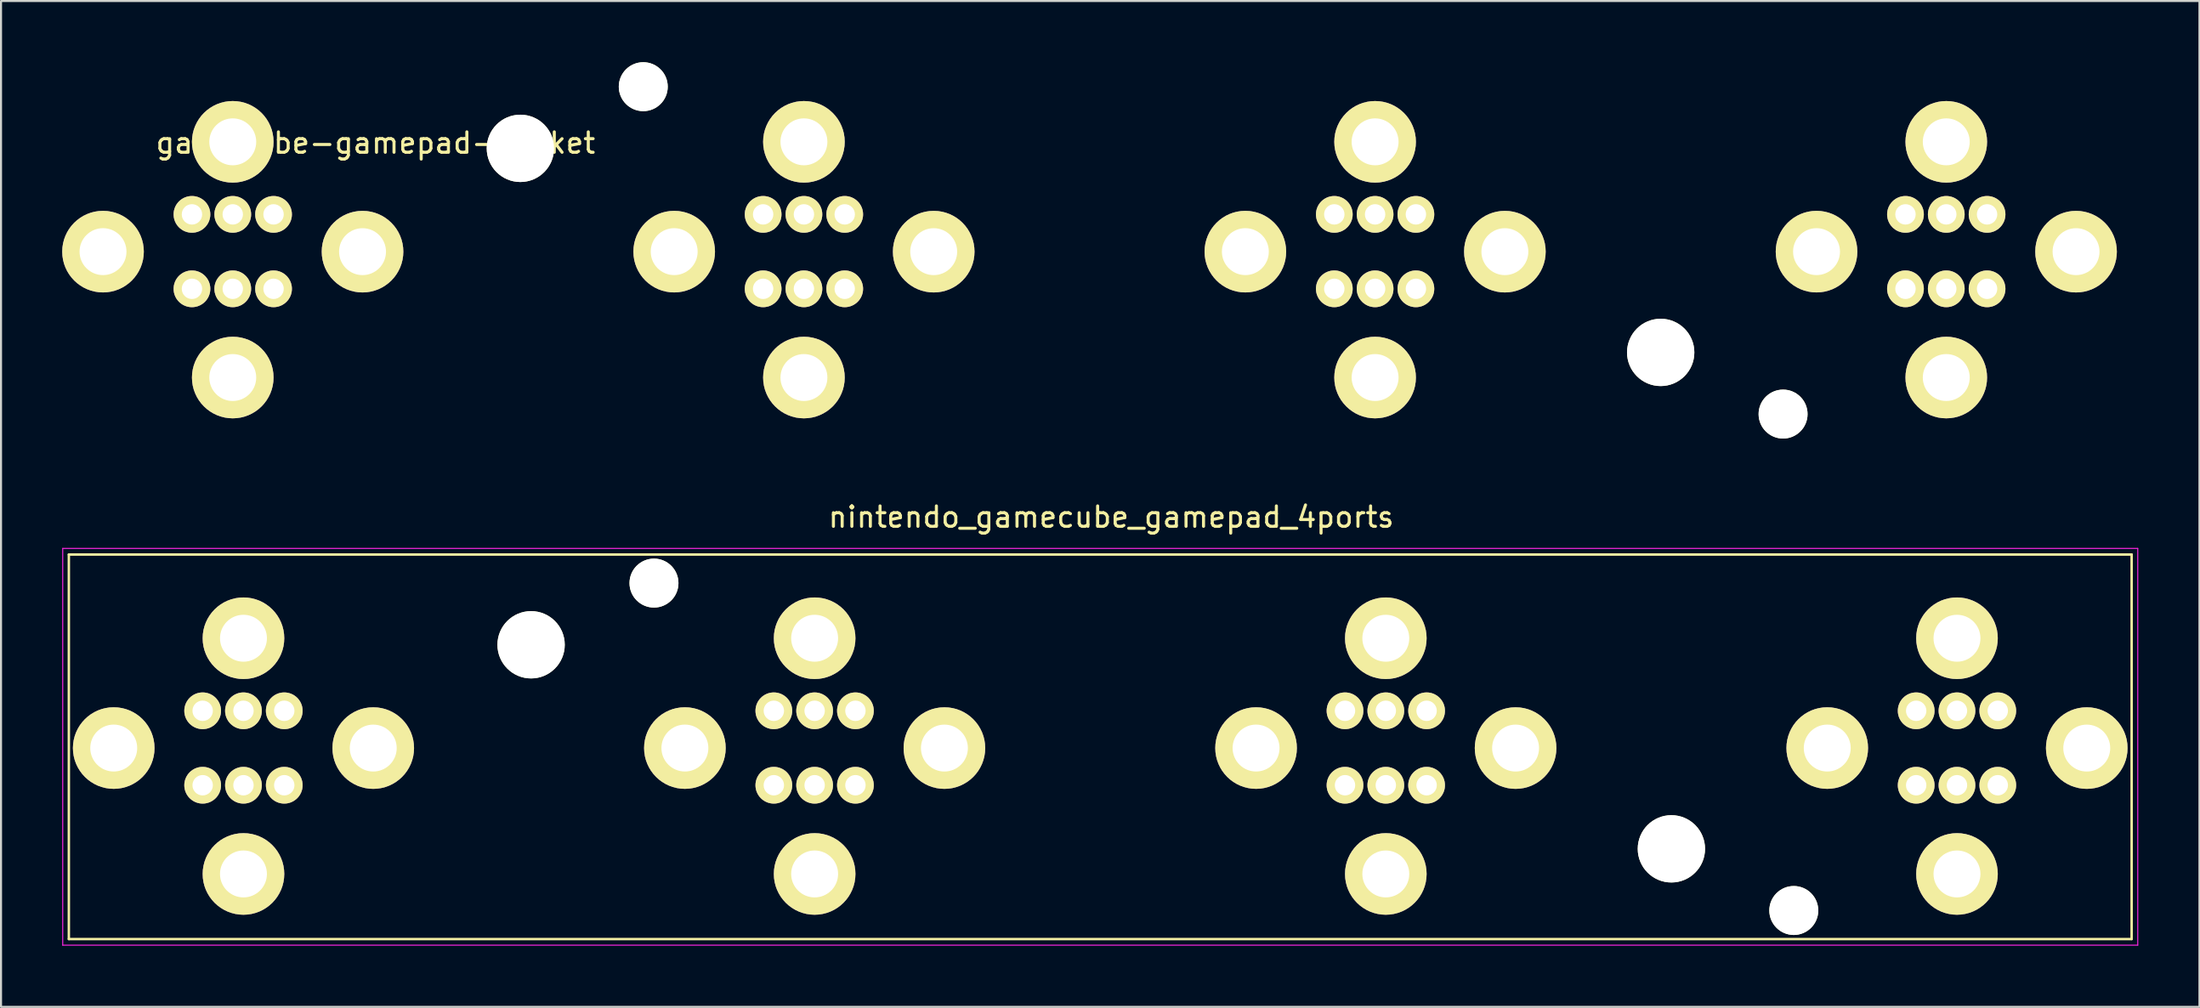
<source format=kicad_pcb>
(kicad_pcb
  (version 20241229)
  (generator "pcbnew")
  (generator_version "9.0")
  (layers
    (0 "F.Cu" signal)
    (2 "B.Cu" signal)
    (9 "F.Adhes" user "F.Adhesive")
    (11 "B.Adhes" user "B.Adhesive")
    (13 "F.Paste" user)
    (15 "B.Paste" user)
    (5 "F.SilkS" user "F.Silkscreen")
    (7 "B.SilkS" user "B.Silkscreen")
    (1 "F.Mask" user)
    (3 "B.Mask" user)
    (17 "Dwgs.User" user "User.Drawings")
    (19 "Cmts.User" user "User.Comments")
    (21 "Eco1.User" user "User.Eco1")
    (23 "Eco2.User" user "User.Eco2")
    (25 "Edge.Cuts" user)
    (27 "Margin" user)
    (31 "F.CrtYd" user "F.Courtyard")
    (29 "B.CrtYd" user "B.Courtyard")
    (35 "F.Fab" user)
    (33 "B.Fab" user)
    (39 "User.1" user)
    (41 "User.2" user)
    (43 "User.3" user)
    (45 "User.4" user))
  (footprint "nintendo_gamecube_gamepad_4ports"
    (layer "F.Cu")
    (at 6.885 31.801)
    (property "Reference" "nintendo_gamecube_gamepad_4ports" (at 44.54 -9.5 0) (layer "F.SilkS") (effects (font (size 1 1) (thickness 0.15))))
    (attr through_hole)
    (fp_line (start -6.56 -7.661) (end 94.562 -7.661) (stroke (width 0.12) (type solid)) (layer "F.SilkS"))
    (fp_line (start -6.56 11.192) (end -6.56 -7.661) (stroke (width 0.12) (type solid)) (layer "F.SilkS"))
    (fp_line (start 94.562 -7.661) (end 94.562 11.192) (stroke (width 0.12) (type solid)) (layer "F.SilkS"))
    (fp_line (start 94.562 11.192) (end -6.56 11.192) (stroke (width 0.12) (type solid)) (layer "F.SilkS"))
    (fp_line (start -6.86 -7.961) (end 94.862 -7.961) (stroke (width 0.05) (type solid)) (layer "F.CrtYd"))
    (fp_line (start -6.86 11.492) (end -6.86 -7.961) (stroke (width 0.05) (type solid)) (layer "F.CrtYd"))
    (fp_line (start 94.862 -7.961) (end 94.862 11.492) (stroke (width 0.05) (type solid)) (layer "F.CrtYd"))
    (fp_line (start 94.862 11.492) (end -6.86 11.492) (stroke (width 0.05) (type solid)) (layer "F.CrtYd"))
    (pad "" np_thru_hole circle (at 16.1 -3.237) (size 3.3 3.3) (drill 3.3) (layers "*.Cu" "*.Mask" "F.SilkS"))
    (pad "" np_thru_hole circle (at 22.124 -6.261) (size 2.4 2.4) (drill 2.4) (layers "*.Cu" "*.Mask" "F.SilkS"))
    (pad "" np_thru_hole circle (at 72 6.768) (size 3.3 3.3) (drill 3.3) (layers "*.Cu" "*.Mask" "F.SilkS"))
    (pad "" np_thru_hole circle (at 78 9.792) (size 2.4 2.4) (drill 2.4) (layers "*.Cu" "*.Mask" "F.SilkS"))
    (pad "1" thru_hole circle (at 0 0) (size 1.8 1.8) (drill 1) (layers "*.Cu" "*.Mask" "F.SilkS"))
    (pad "2" thru_hole circle (at 2 0) (size 1.8 1.8) (drill 1) (layers "*.Cu" "*.Mask" "F.SilkS"))
    (pad "3" thru_hole circle (at 4 0) (size 1.8 1.8) (drill 1) (layers "*.Cu" "*.Mask" "F.SilkS"))
    (pad "4" thru_hole circle (at 4 3.65) (size 1.8 1.8) (drill 1) (layers "*.Cu" "*.Mask" "F.SilkS"))
    (pad "5" thru_hole circle (at 2 3.65) (size 1.8 1.8) (drill 1) (layers "*.Cu" "*.Mask" "F.SilkS"))
    (pad "6" thru_hole circle (at 0 3.65) (size 1.8 1.8) (drill 1) (layers "*.Cu" "*.Mask" "F.SilkS"))
    (pad "7" thru_hole circle (at -4.36 1.827) (size 4 4) (drill 2.3) (layers "*.Cu" "*.Mask" "F.SilkS"))
    (pad "7" thru_hole circle (at 2 -3.557) (size 4 4) (drill 2.3) (layers "*.Cu" "*.Mask" "F.SilkS"))
    (pad "7" thru_hole circle (at 2 8) (size 4 4) (drill 2.3) (layers "*.Cu" "*.Mask" "F.SilkS"))
    (pad "7" thru_hole circle (at 8.362 1.828) (size 4 4) (drill 2.3) (layers "*.Cu" "*.Mask" "F.SilkS"))
    (pad "8" thru_hole circle (at 28 0) (size 1.8 1.8) (drill 1) (layers "*.Cu" "*.Mask" "F.SilkS"))
    (pad "9" thru_hole circle (at 30 0) (size 1.8 1.8) (drill 1) (layers "*.Cu" "*.Mask" "F.SilkS"))
    (pad "10" thru_hole circle (at 32 0) (size 1.8 1.8) (drill 1) (layers "*.Cu" "*.Mask" "F.SilkS"))
    (pad "11" thru_hole circle (at 32 3.65) (size 1.8 1.8) (drill 1) (layers "*.Cu" "*.Mask" "F.SilkS"))
    (pad "12" thru_hole circle (at 30 3.65) (size 1.8 1.8) (drill 1) (layers "*.Cu" "*.Mask" "F.SilkS"))
    (pad "13" thru_hole circle (at 28 3.65) (size 1.8 1.8) (drill 1) (layers "*.Cu" "*.Mask" "F.SilkS"))
    (pad "14" thru_hole circle (at 23.64 1.827) (size 4 4) (drill 2.3) (layers "*.Cu" "*.Mask" "F.SilkS"))
    (pad "14" thru_hole circle (at 30 -3.557) (size 4 4) (drill 2.3) (layers "*.Cu" "*.Mask" "F.SilkS"))
    (pad "14" thru_hole circle (at 30 8) (size 4 4) (drill 2.3) (layers "*.Cu" "*.Mask" "F.SilkS"))
    (pad "14" thru_hole circle (at 36.362 1.828) (size 4 4) (drill 2.3) (layers "*.Cu" "*.Mask" "F.SilkS"))
    (pad "15" thru_hole circle (at 56 0) (size 1.8 1.8) (drill 1) (layers "*.Cu" "*.Mask" "F.SilkS"))
    (pad "16" thru_hole circle (at 58 0) (size 1.8 1.8) (drill 1) (layers "*.Cu" "*.Mask" "F.SilkS"))
    (pad "17" thru_hole circle (at 60 0) (size 1.8 1.8) (drill 1) (layers "*.Cu" "*.Mask" "F.SilkS"))
    (pad "18" thru_hole circle (at 60 3.65) (size 1.8 1.8) (drill 1) (layers "*.Cu" "*.Mask" "F.SilkS"))
    (pad "19" thru_hole circle (at 58 3.65) (size 1.8 1.8) (drill 1) (layers "*.Cu" "*.Mask" "F.SilkS"))
    (pad "20" thru_hole circle (at 56 3.65) (size 1.8 1.8) (drill 1) (layers "*.Cu" "*.Mask" "F.SilkS"))
    (pad "21" thru_hole circle (at 51.64 1.827) (size 4 4) (drill 2.3) (layers "*.Cu" "*.Mask" "F.SilkS"))
    (pad "21" thru_hole circle (at 58 -3.557) (size 4 4) (drill 2.3) (layers "*.Cu" "*.Mask" "F.SilkS"))
    (pad "21" thru_hole circle (at 58 8) (size 4 4) (drill 2.3) (layers "*.Cu" "*.Mask" "F.SilkS"))
    (pad "21" thru_hole circle (at 64.362 1.828) (size 4 4) (drill 2.3) (layers "*.Cu" "*.Mask" "F.SilkS"))
    (pad "22" thru_hole circle (at 84 0) (size 1.8 1.8) (drill 1) (layers "*.Cu" "*.Mask" "F.SilkS"))
    (pad "23" thru_hole circle (at 86 0) (size 1.8 1.8) (drill 1) (layers "*.Cu" "*.Mask" "F.SilkS"))
    (pad "24" thru_hole circle (at 88 0) (size 1.8 1.8) (drill 1) (layers "*.Cu" "*.Mask" "F.SilkS"))
    (pad "25" thru_hole circle (at 88 3.65) (size 1.8 1.8) (drill 1) (layers "*.Cu" "*.Mask" "F.SilkS"))
    (pad "26" thru_hole circle (at 86 3.65) (size 1.8 1.8) (drill 1) (layers "*.Cu" "*.Mask" "F.SilkS"))
    (pad "27" thru_hole circle (at 84 3.65) (size 1.8 1.8) (drill 1) (layers "*.Cu" "*.Mask" "F.SilkS"))
    (pad "28" thru_hole circle (at 79.64 1.827) (size 4 4) (drill 2.3) (layers "*.Cu" "*.Mask" "F.SilkS"))
    (pad "28" thru_hole circle (at 86 -3.557) (size 4 4) (drill 2.3) (layers "*.Cu" "*.Mask" "F.SilkS"))
    (pad "28" thru_hole circle (at 86 8) (size 4 4) (drill 2.3) (layers "*.Cu" "*.Mask" "F.SilkS"))
    (pad "28" thru_hole circle (at 92.362 1.828) (size 4 4) (drill 2.3) (layers "*.Cu" "*.Mask" "F.SilkS")))
  (footprint "gamecube-gamepad-socket"
    (layer "F.Cu")
    (at 6.36 7.461)
    (property "Reference" "gamecube-gamepad-socket" (at 9 -3.5 0) (layer "F.SilkS") (effects (font (size 1 1) (thickness 0.15))))
    (attr through_hole)
    (pad "" np_thru_hole circle (at 16.1 -3.237) (size 3.3 3.3) (drill 3.3) (layers "*.Cu" "*.Mask" "F.SilkS"))
    (pad "" np_thru_hole circle (at 22.124 -6.261) (size 2.4 2.4) (drill 2.4) (layers "*.Cu" "*.Mask" "F.SilkS"))
    (pad "" np_thru_hole circle (at 72 6.768) (size 3.3 3.3) (drill 3.3) (layers "*.Cu" "*.Mask" "F.SilkS"))
    (pad "" np_thru_hole circle (at 78 9.792) (size 2.4 2.4) (drill 2.4) (layers "*.Cu" "*.Mask" "F.SilkS"))
    (pad "1" thru_hole circle (at 0 0) (size 1.8 1.8) (drill 1) (layers "*.Cu" "*.Mask" "F.SilkS"))
    (pad "2" thru_hole circle (at 2 0) (size 1.8 1.8) (drill 1) (layers "*.Cu" "*.Mask" "F.SilkS"))
    (pad "3" thru_hole circle (at 4 0) (size 1.8 1.8) (drill 1) (layers "*.Cu" "*.Mask" "F.SilkS"))
    (pad "4" thru_hole circle (at 4 3.65) (size 1.8 1.8) (drill 1) (layers "*.Cu" "*.Mask" "F.SilkS"))
    (pad "5" thru_hole circle (at 2 3.65) (size 1.8 1.8) (drill 1) (layers "*.Cu" "*.Mask" "F.SilkS"))
    (pad "6" thru_hole circle (at 0 3.65) (size 1.8 1.8) (drill 1) (layers "*.Cu" "*.Mask" "F.SilkS"))
    (pad "7" thru_hole circle (at -4.36 1.827) (size 4 4) (drill 2.3) (layers "*.Cu" "*.Mask" "F.SilkS"))
    (pad "7" thru_hole circle (at 2 -3.557) (size 4 4) (drill 2.3) (layers "*.Cu" "*.Mask" "F.SilkS"))
    (pad "7" thru_hole circle (at 2 8) (size 4 4) (drill 2.3) (layers "*.Cu" "*.Mask" "F.SilkS"))
    (pad "7" thru_hole circle (at 8.362 1.828) (size 4 4) (drill 2.3) (layers "*.Cu" "*.Mask" "F.SilkS"))
    (pad "8" thru_hole circle (at 28 0) (size 1.8 1.8) (drill 1) (layers "*.Cu" "*.Mask" "F.SilkS"))
    (pad "9" thru_hole circle (at 30 0) (size 1.8 1.8) (drill 1) (layers "*.Cu" "*.Mask" "F.SilkS"))
    (pad "10" thru_hole circle (at 32 0) (size 1.8 1.8) (drill 1) (layers "*.Cu" "*.Mask" "F.SilkS"))
    (pad "11" thru_hole circle (at 32 3.65) (size 1.8 1.8) (drill 1) (layers "*.Cu" "*.Mask" "F.SilkS"))
    (pad "12" thru_hole circle (at 30 3.65) (size 1.8 1.8) (drill 1) (layers "*.Cu" "*.Mask" "F.SilkS"))
    (pad "13" thru_hole circle (at 28 3.65) (size 1.8 1.8) (drill 1) (layers "*.Cu" "*.Mask" "F.SilkS"))
    (pad "14" thru_hole circle (at 23.64 1.827) (size 4 4) (drill 2.3) (layers "*.Cu" "*.Mask" "F.SilkS"))
    (pad "14" thru_hole circle (at 30 -3.557) (size 4 4) (drill 2.3) (layers "*.Cu" "*.Mask" "F.SilkS"))
    (pad "14" thru_hole circle (at 30 8) (size 4 4) (drill 2.3) (layers "*.Cu" "*.Mask" "F.SilkS"))
    (pad "14" thru_hole circle (at 36.362 1.828) (size 4 4) (drill 2.3) (layers "*.Cu" "*.Mask" "F.SilkS"))
    (pad "15" thru_hole circle (at 56 0) (size 1.8 1.8) (drill 1) (layers "*.Cu" "*.Mask" "F.SilkS"))
    (pad "16" thru_hole circle (at 58 0) (size 1.8 1.8) (drill 1) (layers "*.Cu" "*.Mask" "F.SilkS"))
    (pad "17" thru_hole circle (at 60 0) (size 1.8 1.8) (drill 1) (layers "*.Cu" "*.Mask" "F.SilkS"))
    (pad "18" thru_hole circle (at 60 3.65) (size 1.8 1.8) (drill 1) (layers "*.Cu" "*.Mask" "F.SilkS"))
    (pad "19" thru_hole circle (at 58 3.65) (size 1.8 1.8) (drill 1) (layers "*.Cu" "*.Mask" "F.SilkS"))
    (pad "20" thru_hole circle (at 56 3.65) (size 1.8 1.8) (drill 1) (layers "*.Cu" "*.Mask" "F.SilkS"))
    (pad "21" thru_hole circle (at 51.64 1.827) (size 4 4) (drill 2.3) (layers "*.Cu" "*.Mask" "F.SilkS"))
    (pad "21" thru_hole circle (at 58 -3.557) (size 4 4) (drill 2.3) (layers "*.Cu" "*.Mask" "F.SilkS"))
    (pad "21" thru_hole circle (at 58 8) (size 4 4) (drill 2.3) (layers "*.Cu" "*.Mask" "F.SilkS"))
    (pad "21" thru_hole circle (at 64.362 1.828) (size 4 4) (drill 2.3) (layers "*.Cu" "*.Mask" "F.SilkS"))
    (pad "22" thru_hole circle (at 84 0) (size 1.8 1.8) (drill 1) (layers "*.Cu" "*.Mask" "F.SilkS"))
    (pad "23" thru_hole circle (at 86 0) (size 1.8 1.8) (drill 1) (layers "*.Cu" "*.Mask" "F.SilkS"))
    (pad "24" thru_hole circle (at 88 0) (size 1.8 1.8) (drill 1) (layers "*.Cu" "*.Mask" "F.SilkS"))
    (pad "25" thru_hole circle (at 88 3.65) (size 1.8 1.8) (drill 1) (layers "*.Cu" "*.Mask" "F.SilkS"))
    (pad "26" thru_hole circle (at 86 3.65) (size 1.8 1.8) (drill 1) (layers "*.Cu" "*.Mask" "F.SilkS"))
    (pad "27" thru_hole circle (at 84 3.65) (size 1.8 1.8) (drill 1) (layers "*.Cu" "*.Mask" "F.SilkS"))
    (pad "28" thru_hole circle (at 79.64 1.827) (size 4 4) (drill 2.3) (layers "*.Cu" "*.Mask" "F.SilkS"))
    (pad "28" thru_hole circle (at 86 -3.557) (size 4 4) (drill 2.3) (layers "*.Cu" "*.Mask" "F.SilkS"))
    (pad "28" thru_hole circle (at 86 8) (size 4 4) (drill 2.3) (layers "*.Cu" "*.Mask" "F.SilkS"))
    (pad "28" thru_hole circle (at 92.362 1.828) (size 4 4) (drill 2.3) (layers "*.Cu" "*.Mask" "F.SilkS")))
  (gr_rect
    (start -3 -3)
    (end 104.772 46.318)
    (stroke (width 0.1) (type default))
    (fill no)
    (layer "Edge.Cuts")))
</source>
